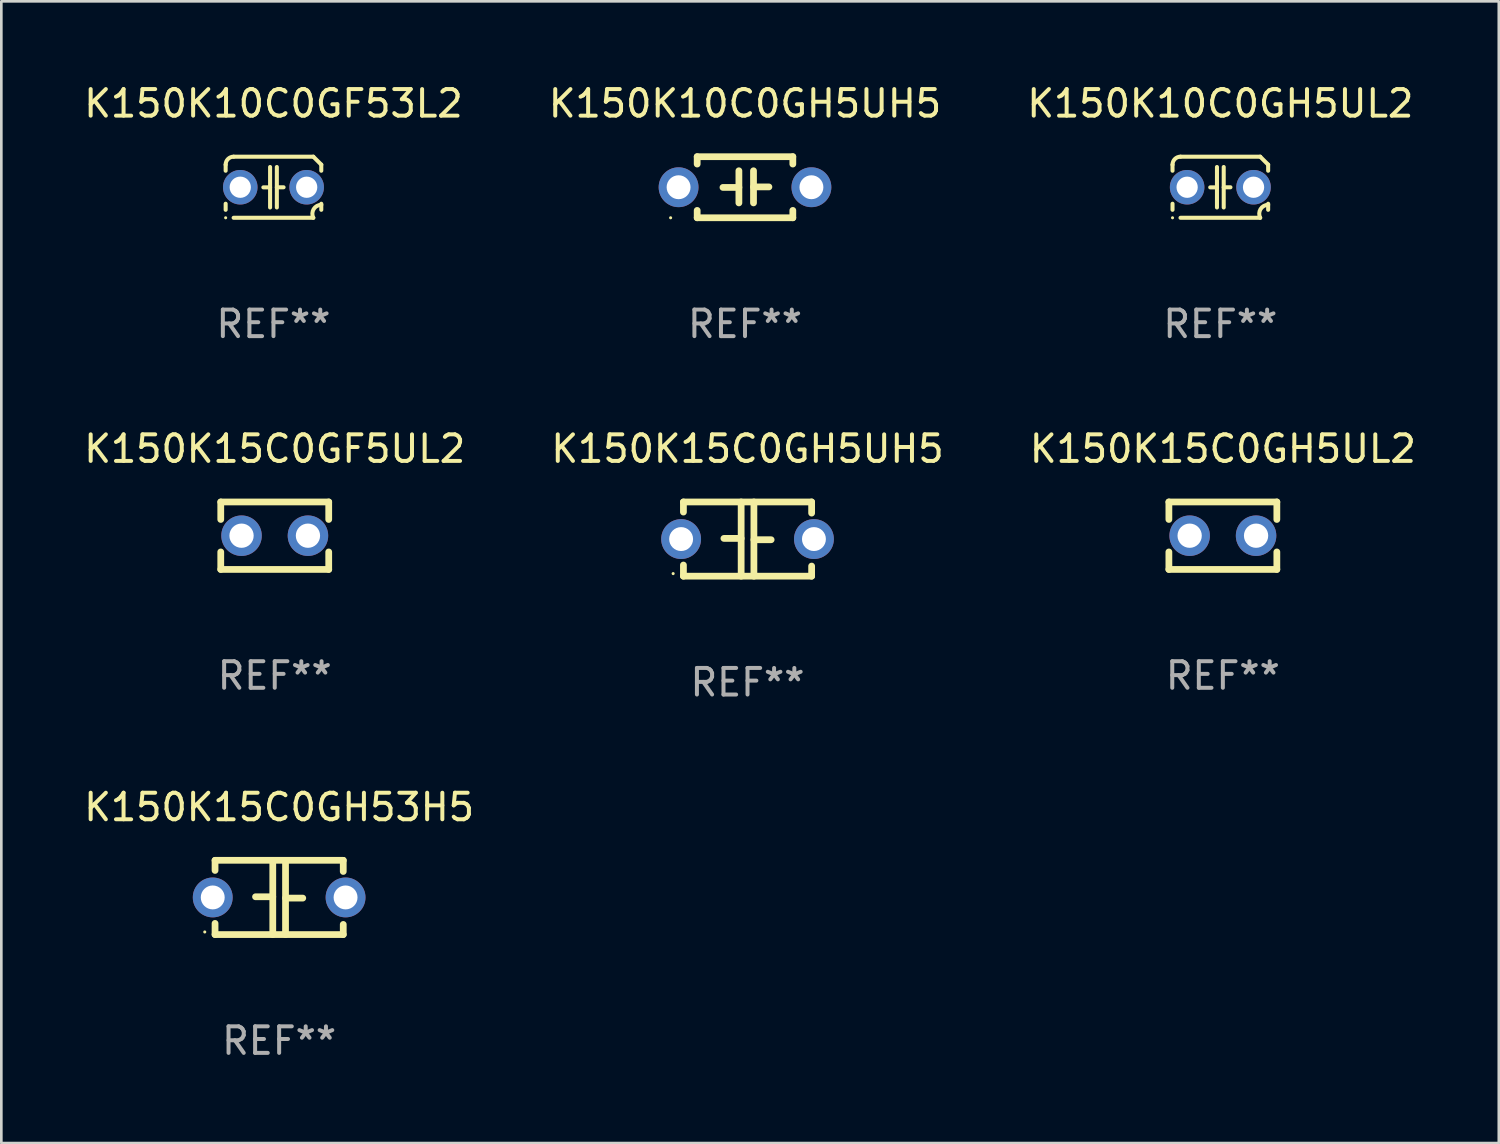
<source format=kicad_pcb>
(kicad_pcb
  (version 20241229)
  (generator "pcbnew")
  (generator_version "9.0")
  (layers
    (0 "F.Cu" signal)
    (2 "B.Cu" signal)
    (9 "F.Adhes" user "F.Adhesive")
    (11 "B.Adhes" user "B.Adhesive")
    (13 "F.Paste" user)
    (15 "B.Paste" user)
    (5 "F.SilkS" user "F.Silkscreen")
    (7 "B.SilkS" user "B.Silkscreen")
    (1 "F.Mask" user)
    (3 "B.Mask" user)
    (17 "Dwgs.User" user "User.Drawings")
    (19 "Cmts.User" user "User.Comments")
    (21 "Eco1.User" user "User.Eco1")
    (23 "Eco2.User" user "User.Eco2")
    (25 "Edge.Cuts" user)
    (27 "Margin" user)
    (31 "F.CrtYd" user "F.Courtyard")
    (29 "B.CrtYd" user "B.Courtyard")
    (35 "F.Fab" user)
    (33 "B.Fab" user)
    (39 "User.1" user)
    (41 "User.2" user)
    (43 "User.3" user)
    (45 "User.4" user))
  (footprint "K150K15C0GH5UH5"
    (layer "F.Cu")
    (at 25.089 17.242)
    (property "Reference" "K150K15C0GH5UH5" (at 0 -3.397 0) (layer "F.SilkS") (effects (font (size 1 1) (thickness 0.15))))
    (attr through_hole)
    (fp_line (start -2.413 -1.397) (end 2.413 -1.397) (stroke (width 0.254) (type solid)) (layer "F.SilkS"))
    (fp_line (start -2.413 -1.016) (end -2.413 -1.397) (stroke (width 0.254) (type solid)) (layer "F.SilkS"))
    (fp_line (start -2.413 0.977) (end -2.413 1.397) (stroke (width 0.254) (type solid)) (layer "F.SilkS"))
    (fp_line (start -0.24 -0.025) (end -0.889 -0.025) (stroke (width 0.254) (type solid)) (layer "F.SilkS"))
    (fp_line (start -0.24 1.397) (end -0.24 -1.397) (stroke (width 0.254) (type solid)) (layer "F.SilkS"))
    (fp_line (start 0.24 -1.397) (end 0.24 1.397) (stroke (width 0.254) (type solid)) (layer "F.SilkS"))
    (fp_line (start 0.24 0.025) (end 0.889 0.025) (stroke (width 0.254) (type solid)) (layer "F.SilkS"))
    (fp_line (start 2.413 -0.977) (end 2.413 -1.397) (stroke (width 0.254) (type solid)) (layer "F.SilkS"))
    (fp_line (start 2.413 1.016) (end 2.413 1.397) (stroke (width 0.254) (type solid)) (layer "F.SilkS"))
    (fp_line (start 2.413 1.397) (end -2.413 1.397) (stroke (width 0.254) (type solid)) (layer "F.SilkS"))
    (fp_circle (center -2.8 1.3) (end -2.77 1.3) (stroke (width 0.06) (type solid)) (fill no) (layer "F.SilkS"))
    (fp_text user "REF**" (at 0 5.397 0) (layer "F.Fab") (effects (font (size 1 1) (thickness 0.15))))
    (pad "1" thru_hole circle (at -2.5 0) (size 1.5 1.5) (drill 0.9) (layers "*.Cu" "*.Mask"))
    (pad "2" thru_hole circle (at 2.5 0) (size 1.5 1.5) (drill 0.9) (layers "*.Cu" "*.Mask")))
  (footprint "K150K15C0GH5UL2"
    (layer "F.Cu")
    (at 42.982 17.115)
    (property "Reference" "K150K15C0GH5UL2" (at 0 -3.27 0) (layer "F.SilkS") (effects (font (size 1 1) (thickness 0.15))))
    (attr through_hole)
    (fp_line (start -2.032 -1.27) (end -2.032 -0.611) (stroke (width 0.254) (type solid)) (layer "F.SilkS"))
    (fp_line (start -2.032 0.611) (end -2.032 1.27) (stroke (width 0.254) (type solid)) (layer "F.SilkS"))
    (fp_line (start -2.032 1.27) (end 2.032 1.27) (stroke (width 0.254) (type solid)) (layer "F.SilkS"))
    (fp_line (start 2.032 -1.27) (end -2.032 -1.27) (stroke (width 0.254) (type solid)) (layer "F.SilkS"))
    (fp_line (start 2.032 -0.611) (end 2.032 -1.27) (stroke (width 0.254) (type solid)) (layer "F.SilkS"))
    (fp_line (start 2.032 1.27) (end 2.032 0.611) (stroke (width 0.254) (type solid)) (layer "F.SilkS"))
    (fp_circle (center -2 1.3) (end -1.97 1.3) (stroke (width 0.06) (type solid)) (fill no) (layer "F.SilkS"))
    (fp_text user "REF**" (at 0 5.27 0) (layer "F.Fab") (effects (font (size 1 1) (thickness 0.15))))
    (pad "1" thru_hole circle (at -1.25 0) (size 1.524 1.524) (drill 0.914) (layers "*.Cu" "*.Mask"))
    (pad "2" thru_hole circle (at 1.25 0) (size 1.524 1.524) (drill 0.914) (layers "*.Cu" "*.Mask")))
  (footprint "K150K10C0GH5UL2"
    (layer "F.Cu")
    (at 42.887 3.998)
    (property "Reference" "K150K10C0GH5UL2" (at 0 -3.15 0) (layer "F.SilkS") (effects (font (size 1 1) (thickness 0.15))))
    (attr through_hole)
    (fp_line (start -1.8 -0.621) (end -1.8 -0.85) (stroke (width 0.152) (type solid)) (layer "F.SilkS"))
    (fp_line (start -1.8 0.85) (end -1.8 0.621) (stroke (width 0.152) (type solid)) (layer "F.SilkS"))
    (fp_line (start -1.5 -1.15) (end 1.5 -1.15) (stroke (width 0.152) (type solid)) (layer "F.SilkS"))
    (fp_line (start -0.127 -0.762) (end -0.127 0.762) (stroke (width 0.152) (type solid)) (layer "F.SilkS"))
    (fp_line (start -0.127 0.005) (end -0.381 0.005) (stroke (width 0.152) (type solid)) (layer "F.SilkS"))
    (fp_line (start 0.127 -0.762) (end 0.127 0.762) (stroke (width 0.152) (type solid)) (layer "F.SilkS"))
    (fp_line (start 0.127 0.002) (end 0.381 0.002) (stroke (width 0.152) (type solid)) (layer "F.SilkS"))
    (fp_line (start 1.5 1.15) (end -1.5 1.15) (stroke (width 0.152) (type solid)) (layer "F.SilkS"))
    (fp_line (start 1.8 -0.85) (end 1.8 -0.621) (stroke (width 0.152) (type solid)) (layer "F.SilkS"))
    (fp_line (start 1.8 0.621) (end 1.8 0.85) (stroke (width 0.152) (type solid)) (layer "F.SilkS"))
    (fp_arc (start -1.799975 -0.849987) (mid -1.712107 -1.062119) (end -1.499975 -1.149987) (stroke (width 0.151994) (type solid)) (layer "F.SilkS"))
    (fp_arc (start 1.499975 1.149987) (mid 1.513726 0.822359) (end 1.799975 0.662387) (stroke (width 0.151994) (type solid)) (layer "F.SilkS"))
    (fp_arc (start 1.500001 -1.149986) (mid 1.650015 -1.000001) (end 1.8 -0.849987) (stroke (width 0.151994) (type solid)) (layer "F.SilkS"))
    (fp_circle (center -1.8 1.15) (end -1.77 1.15) (stroke (width 0.06) (type solid)) (fill no) (layer "F.SilkS"))
    (fp_text user "REF**" (at 0 5.15 0) (layer "F.Fab") (effects (font (size 1 1) (thickness 0.15))))
    (pad "1" thru_hole circle (at -1.25 0) (size 1.3 1.3) (drill 0.8) (layers "*.Cu" "*.Mask"))
    (pad "2" thru_hole circle (at 1.25 0) (size 1.3 1.3) (drill 0.8) (layers "*.Cu" "*.Mask")))
  (footprint "K150K10C0GH5UH5"
    (layer "F.Cu")
    (at 24.994 3.998)
    (property "Reference" "K150K10C0GH5UH5" (at 0 -3.15 0) (layer "F.SilkS") (effects (font (size 1 1) (thickness 0.15))))
    (attr through_hole)
    (fp_line (start -1.8 -1.15) (end -1.8 -0.872) (stroke (width 0.254) (type solid)) (layer "F.SilkS"))
    (fp_line (start -1.8 -1.15) (end 1.8 -1.15) (stroke (width 0.254) (type solid)) (layer "F.SilkS"))
    (fp_line (start -1.8 0.872) (end -1.8 1.15) (stroke (width 0.254) (type solid)) (layer "F.SilkS"))
    (fp_line (start -1.8 1.15) (end 1.8 1.15) (stroke (width 0.254) (type solid)) (layer "F.SilkS"))
    (fp_line (start -0.23 -0.62) (end -0.23 0.59) (stroke (width 0.254) (type solid)) (layer "F.SilkS"))
    (fp_line (start -0.23 0.007) (end -0.83 0.007) (stroke (width 0.254) (type solid)) (layer "F.SilkS"))
    (fp_line (start 0.32 -0.62) (end 0.32 0.59) (stroke (width 0.254) (type solid)) (layer "F.SilkS"))
    (fp_line (start 0.32 -0.012) (end 0.9 -0.012) (stroke (width 0.254) (type solid)) (layer "F.SilkS"))
    (fp_line (start 1.8 -1.15) (end 1.8 -0.872) (stroke (width 0.254) (type solid)) (layer "F.SilkS"))
    (fp_line (start 1.8 0.872) (end 1.8 1.15) (stroke (width 0.254) (type solid)) (layer "F.SilkS"))
    (fp_circle (center -2.8 1.15) (end -2.77 1.15) (stroke (width 0.06) (type solid)) (fill no) (layer "F.SilkS"))
    (fp_text user "REF**" (at 0 5.15 0) (layer "F.Fab") (effects (font (size 1 1) (thickness 0.15))))
    (pad "1" thru_hole circle (at -2.5 0) (size 1.5 1.5) (drill 0.9) (layers "*.Cu" "*.Mask"))
    (pad "2" thru_hole circle (at 2.5 0) (size 1.5 1.5) (drill 0.9) (layers "*.Cu" "*.Mask")))
  (footprint "K150K10C0GF53L2"
    (layer "F.Cu")
    (at 7.244 3.998)
    (property "Reference" "K150K10C0GF53L2" (at 0 -3.15 0) (layer "F.SilkS") (effects (font (size 1 1) (thickness 0.15))))
    (attr through_hole)
    (fp_line (start -1.8 -0.621) (end -1.8 -0.85) (stroke (width 0.152) (type solid)) (layer "F.SilkS"))
    (fp_line (start -1.8 0.85) (end -1.8 0.621) (stroke (width 0.152) (type solid)) (layer "F.SilkS"))
    (fp_line (start -1.5 -1.15) (end 1.5 -1.15) (stroke (width 0.152) (type solid)) (layer "F.SilkS"))
    (fp_line (start -0.127 -0.762) (end -0.127 0.762) (stroke (width 0.152) (type solid)) (layer "F.SilkS"))
    (fp_line (start -0.127 0.005) (end -0.381 0.005) (stroke (width 0.152) (type solid)) (layer "F.SilkS"))
    (fp_line (start 0.127 -0.762) (end 0.127 0.762) (stroke (width 0.152) (type solid)) (layer "F.SilkS"))
    (fp_line (start 0.127 0.002) (end 0.381 0.002) (stroke (width 0.152) (type solid)) (layer "F.SilkS"))
    (fp_line (start 1.5 1.15) (end -1.5 1.15) (stroke (width 0.152) (type solid)) (layer "F.SilkS"))
    (fp_line (start 1.8 -0.85) (end 1.8 -0.621) (stroke (width 0.152) (type solid)) (layer "F.SilkS"))
    (fp_line (start 1.8 0.621) (end 1.8 0.85) (stroke (width 0.152) (type solid)) (layer "F.SilkS"))
    (fp_arc (start -1.799975 -0.849987) (mid -1.712107 -1.062119) (end -1.499975 -1.149987) (stroke (width 0.151994) (type solid)) (layer "F.SilkS"))
    (fp_arc (start 1.499975 1.149987) (mid 1.513726 0.822359) (end 1.799975 0.662387) (stroke (width 0.151994) (type solid)) (layer "F.SilkS"))
    (fp_arc (start 1.500001 -1.149986) (mid 1.650015 -1.000001) (end 1.8 -0.849987) (stroke (width 0.151994) (type solid)) (layer "F.SilkS"))
    (fp_circle (center -1.8 1.15) (end -1.77 1.15) (stroke (width 0.06) (type solid)) (fill no) (layer "F.SilkS"))
    (fp_text user "REF**" (at 0 5.15 0) (layer "F.Fab") (effects (font (size 1 1) (thickness 0.15))))
    (pad "1" thru_hole circle (at -1.25 0) (size 1.3 1.3) (drill 0.8) (layers "*.Cu" "*.Mask"))
    (pad "2" thru_hole circle (at 1.25 0) (size 1.3 1.3) (drill 0.8) (layers "*.Cu" "*.Mask")))
  (footprint "K150K15C0GF5UL2"
    (layer "F.Cu")
    (at 7.292 17.115)
    (property "Reference" "K150K15C0GF5UL2" (at 0 -3.27 0) (layer "F.SilkS") (effects (font (size 1 1) (thickness 0.15))))
    (attr through_hole)
    (fp_line (start -2.032 -1.27) (end -2.032 -0.611) (stroke (width 0.254) (type solid)) (layer "F.SilkS"))
    (fp_line (start -2.032 0.611) (end -2.032 1.27) (stroke (width 0.254) (type solid)) (layer "F.SilkS"))
    (fp_line (start -2.032 1.27) (end 2.032 1.27) (stroke (width 0.254) (type solid)) (layer "F.SilkS"))
    (fp_line (start 2.032 -1.27) (end -2.032 -1.27) (stroke (width 0.254) (type solid)) (layer "F.SilkS"))
    (fp_line (start 2.032 -0.611) (end 2.032 -1.27) (stroke (width 0.254) (type solid)) (layer "F.SilkS"))
    (fp_line (start 2.032 1.27) (end 2.032 0.611) (stroke (width 0.254) (type solid)) (layer "F.SilkS"))
    (fp_circle (center -2 1.3) (end -1.97 1.3) (stroke (width 0.06) (type solid)) (fill no) (layer "F.SilkS"))
    (fp_text user "REF**" (at 0 5.27 0) (layer "F.Fab") (effects (font (size 1 1) (thickness 0.15))))
    (pad "1" thru_hole circle (at -1.25 0) (size 1.524 1.524) (drill 0.914) (layers "*.Cu" "*.Mask"))
    (pad "2" thru_hole circle (at 1.25 0) (size 1.524 1.524) (drill 0.914) (layers "*.Cu" "*.Mask")))
  (footprint "K150K15C0GH53H5"
    (layer "F.Cu")
    (at 7.458 30.732)
    (property "Reference" "K150K15C0GH53H5" (at 0 -3.397 0) (layer "F.SilkS") (effects (font (size 1 1) (thickness 0.15))))
    (attr through_hole)
    (fp_line (start -2.413 -1.397) (end 2.413 -1.397) (stroke (width 0.254) (type solid)) (layer "F.SilkS"))
    (fp_line (start -2.413 -1.016) (end -2.413 -1.397) (stroke (width 0.254) (type solid)) (layer "F.SilkS"))
    (fp_line (start -2.413 0.977) (end -2.413 1.397) (stroke (width 0.254) (type solid)) (layer "F.SilkS"))
    (fp_line (start -0.24 -0.025) (end -0.889 -0.025) (stroke (width 0.254) (type solid)) (layer "F.SilkS"))
    (fp_line (start -0.24 1.397) (end -0.24 -1.397) (stroke (width 0.254) (type solid)) (layer "F.SilkS"))
    (fp_line (start 0.24 -1.397) (end 0.24 1.397) (stroke (width 0.254) (type solid)) (layer "F.SilkS"))
    (fp_line (start 0.24 0.025) (end 0.889 0.025) (stroke (width 0.254) (type solid)) (layer "F.SilkS"))
    (fp_line (start 2.413 -0.977) (end 2.413 -1.397) (stroke (width 0.254) (type solid)) (layer "F.SilkS"))
    (fp_line (start 2.413 1.016) (end 2.413 1.397) (stroke (width 0.254) (type solid)) (layer "F.SilkS"))
    (fp_line (start 2.413 1.397) (end -2.413 1.397) (stroke (width 0.254) (type solid)) (layer "F.SilkS"))
    (fp_circle (center -2.8 1.3) (end -2.77 1.3) (stroke (width 0.06) (type solid)) (fill no) (layer "F.SilkS"))
    (fp_text user "REF**" (at 0 5.397 0) (layer "F.Fab") (effects (font (size 1 1) (thickness 0.15))))
    (pad "1" thru_hole circle (at -2.5 0) (size 1.5 1.5) (drill 0.9) (layers "*.Cu" "*.Mask"))
    (pad "2" thru_hole circle (at 2.5 0) (size 1.5 1.5) (drill 0.9) (layers "*.Cu" "*.Mask")))
  (gr_rect
    (start -3 -3)
    (end 53.369 39.978)
    (stroke (width 0.1) (type default))
    (fill no)
    (layer "Edge.Cuts")))
</source>
